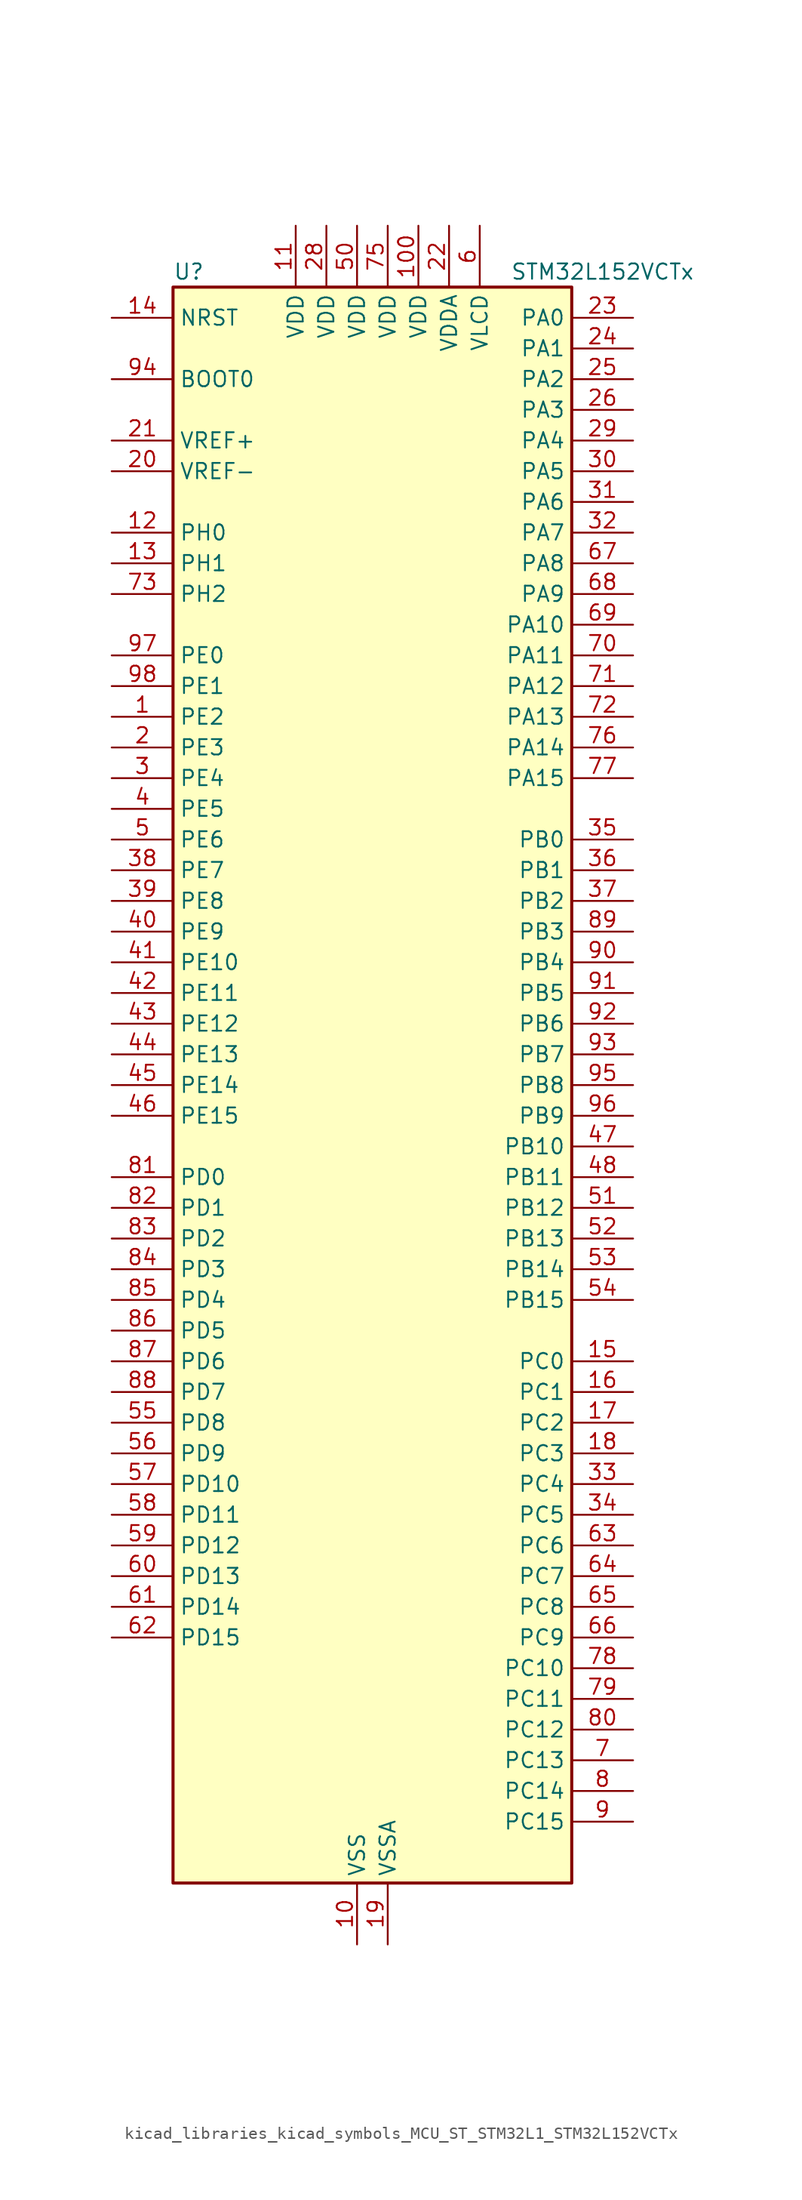
<source format=kicad_sym>
(kicad_symbol_lib
  (version 20220914)
  (generator kicad_symbol_editor)
  (symbol "kicad_libraries_kicad_symbols_MCU_ST_STM32L1_STM32L152VCTx"
    (property "Reference" "U"
      (at -15.24 67.31 0)
      (effects (font (size 1.27 1.27)) (justify left)))
    (property "Value" "STM32L152VCTx"
      (at 12.7 67.31 0)
      (effects (font (size 1.27 1.27)) (justify left)))
    (property "ki_locked" ""
      (at 0 0 0)
      (effects (font (size 1.27 1.27))))
    (symbol "kicad_libraries_kicad_symbols_MCU_ST_STM32L1_STM32L152VCTx_0_1"
      (rectangle (start -15.24 -66.04) (end 17.78 66.04) (stroke (width 0.254) (type default)) (fill (type background))))
    (symbol "kicad_libraries_kicad_symbols_MCU_ST_STM32L1_STM32L152VCTx_1_1"
      (pin bidirectional line (at -20.32 30.48 0) (length 5.08) (name "PE2" (effects (font (size 1.27 1.27)))) (number "1" (effects (font (size 1.27 1.27)))) (alternate "LCD_SEG38" bidirectional line) (alternate "SYS_TRACECK" bidirectional line) (alternate "TIM3_ETR" bidirectional line) (alternate "TIMX_IC3" bidirectional line))
      (pin power_in line (at 0 -71.12 90) (length 5.08) (name "VSS" (effects (font (size 1.27 1.27)))) (number "10" (effects (font (size 1.27 1.27)))))
      (pin power_in line (at 5.08 71.12 270) (length 5.08) (name "VDD" (effects (font (size 1.27 1.27)))) (number "100" (effects (font (size 1.27 1.27)))))
      (pin power_in line (at -5.08 71.12 270) (length 5.08) (name "VDD" (effects (font (size 1.27 1.27)))) (number "11" (effects (font (size 1.27 1.27)))))
      (pin bidirectional line (at -20.32 45.72 0) (length 5.08) (name "PH0" (effects (font (size 1.27 1.27)))) (number "12" (effects (font (size 1.27 1.27)))) (alternate "RCC_OSC_IN" bidirectional line))
      (pin bidirectional line (at -20.32 43.18 0) (length 5.08) (name "PH1" (effects (font (size 1.27 1.27)))) (number "13" (effects (font (size 1.27 1.27)))) (alternate "RCC_OSC_OUT" bidirectional line))
      (pin input line (at -20.32 63.5 0) (length 5.08) (name "NRST" (effects (font (size 1.27 1.27)))) (number "14" (effects (font (size 1.27 1.27)))))
      (pin bidirectional line (at 22.86 -22.86 180) (length 5.08) (name "PC0" (effects (font (size 1.27 1.27)))) (number "15" (effects (font (size 1.27 1.27)))) (alternate "ADC_IN10" bidirectional line) (alternate "COMP1_INP" bidirectional line) (alternate "LCD_SEG18" bidirectional line) (alternate "TIMX_IC1" bidirectional line) (alternate "TS_G8_IO1" bidirectional line))
      (pin bidirectional line (at 22.86 -25.4 180) (length 5.08) (name "PC1" (effects (font (size 1.27 1.27)))) (number "16" (effects (font (size 1.27 1.27)))) (alternate "ADC_IN11" bidirectional line) (alternate "COMP1_INP" bidirectional line) (alternate "LCD_SEG19" bidirectional line) (alternate "TIMX_IC2" bidirectional line) (alternate "TS_G8_IO2" bidirectional line))
      (pin bidirectional line (at 22.86 -27.94 180) (length 5.08) (name "PC2" (effects (font (size 1.27 1.27)))) (number "17" (effects (font (size 1.27 1.27)))) (alternate "ADC_IN12" bidirectional line) (alternate "COMP1_INP" bidirectional line) (alternate "LCD_SEG20" bidirectional line) (alternate "TIMX_IC3" bidirectional line) (alternate "TS_G8_IO3" bidirectional line))
      (pin bidirectional line (at 22.86 -30.48 180) (length 5.08) (name "PC3" (effects (font (size 1.27 1.27)))) (number "18" (effects (font (size 1.27 1.27)))) (alternate "ADC_IN13" bidirectional line) (alternate "COMP1_INP" bidirectional line) (alternate "LCD_SEG21" bidirectional line) (alternate "TIMX_IC4" bidirectional line) (alternate "TS_G8_IO4" bidirectional line))
      (pin power_in line (at 2.54 -71.12 90) (length 5.08) (name "VSSA" (effects (font (size 1.27 1.27)))) (number "19" (effects (font (size 1.27 1.27)))))
      (pin bidirectional line (at -20.32 27.94 0) (length 5.08) (name "PE3" (effects (font (size 1.27 1.27)))) (number "2" (effects (font (size 1.27 1.27)))) (alternate "LCD_SEG39" bidirectional line) (alternate "SYS_TRACED0" bidirectional line) (alternate "TIM3_CH1" bidirectional line) (alternate "TIMX_IC4" bidirectional line))
      (pin input line (at -20.32 50.8 0) (length 5.08) (name "VREF-" (effects (font (size 1.27 1.27)))) (number "20" (effects (font (size 1.27 1.27)))))
      (pin input line (at -20.32 53.34 0) (length 5.08) (name "VREF+" (effects (font (size 1.27 1.27)))) (number "21" (effects (font (size 1.27 1.27)))))
      (pin power_in line (at 7.62 71.12 270) (length 5.08) (name "VDDA" (effects (font (size 1.27 1.27)))) (number "22" (effects (font (size 1.27 1.27)))))
      (pin bidirectional line (at 22.86 63.5 180) (length 5.08) (name "PA0" (effects (font (size 1.27 1.27)))) (number "23" (effects (font (size 1.27 1.27)))) (alternate "ADC_IN0" bidirectional line) (alternate "COMP1_INP" bidirectional line) (alternate "RTC_TAMP2" bidirectional line) (alternate "SYS_WKUP1" bidirectional line) (alternate "TIM2_CH1" bidirectional line) (alternate "TIM2_ETR" bidirectional line) (alternate "TIM5_CH1" bidirectional line) (alternate "TIMX_IC1" bidirectional line) (alternate "TS_G1_IO1" bidirectional line) (alternate "USART2_CTS" bidirectional line))
      (pin bidirectional line (at 22.86 60.96 180) (length 5.08) (name "PA1" (effects (font (size 1.27 1.27)))) (number "24" (effects (font (size 1.27 1.27)))) (alternate "ADC_IN1" bidirectional line) (alternate "COMP1_INP" bidirectional line) (alternate "LCD_SEG0" bidirectional line) (alternate "OPAMP1_VINP" bidirectional line) (alternate "TIM2_CH2" bidirectional line) (alternate "TIM5_CH2" bidirectional line) (alternate "TIMX_IC2" bidirectional line) (alternate "TS_G1_IO2" bidirectional line) (alternate "USART2_RTS" bidirectional line))
      (pin bidirectional line (at 22.86 58.42 180) (length 5.08) (name "PA2" (effects (font (size 1.27 1.27)))) (number "25" (effects (font (size 1.27 1.27)))) (alternate "ADC_IN2" bidirectional line) (alternate "COMP1_INP" bidirectional line) (alternate "LCD_SEG1" bidirectional line) (alternate "OPAMP1_VINM" bidirectional line) (alternate "TIM2_CH3" bidirectional line) (alternate "TIM5_CH3" bidirectional line) (alternate "TIM9_CH1" bidirectional line) (alternate "TIMX_IC3" bidirectional line) (alternate "TS_G1_IO3" bidirectional line) (alternate "USART2_TX" bidirectional line))
      (pin bidirectional line (at 22.86 55.88 180) (length 5.08) (name "PA3" (effects (font (size 1.27 1.27)))) (number "26" (effects (font (size 1.27 1.27)))) (alternate "ADC_IN3" bidirectional line) (alternate "COMP1_INP" bidirectional line) (alternate "LCD_SEG2" bidirectional line) (alternate "OPAMP1_VOUT" bidirectional line) (alternate "TIM2_CH4" bidirectional line) (alternate "TIM5_CH4" bidirectional line) (alternate "TIM9_CH2" bidirectional line) (alternate "TIMX_IC4" bidirectional line) (alternate "TS_G1_IO4" bidirectional line) (alternate "USART2_RX" bidirectional line))
      (pin passive line (at 0 -71.12 90) (length 5.08) hide (name "VSS" (effects (font (size 1.27 1.27)))) (number "27" (effects (font (size 1.27 1.27)))))
      (pin power_in line (at -2.54 71.12 270) (length 5.08) (name "VDD" (effects (font (size 1.27 1.27)))) (number "28" (effects (font (size 1.27 1.27)))))
      (pin bidirectional line (at 22.86 53.34 180) (length 5.08) (name "PA4" (effects (font (size 1.27 1.27)))) (number "29" (effects (font (size 1.27 1.27)))) (alternate "ADC_IN4" bidirectional line) (alternate "COMP1_INP" bidirectional line) (alternate "DAC_OUT1" bidirectional line) (alternate "I2S3_WS" bidirectional line) (alternate "SPI1_NSS" bidirectional line) (alternate "SPI3_NSS" bidirectional line) (alternate "TIMX_IC1" bidirectional line) (alternate "USART2_CK" bidirectional line))
      (pin bidirectional line (at -20.32 25.4 0) (length 5.08) (name "PE4" (effects (font (size 1.27 1.27)))) (number "3" (effects (font (size 1.27 1.27)))) (alternate "SYS_TRACED1" bidirectional line) (alternate "TIM3_CH2" bidirectional line) (alternate "TIMX_IC1" bidirectional line))
      (pin bidirectional line (at 22.86 50.8 180) (length 5.08) (name "PA5" (effects (font (size 1.27 1.27)))) (number "30" (effects (font (size 1.27 1.27)))) (alternate "ADC_IN5" bidirectional line) (alternate "COMP1_INP" bidirectional line) (alternate "DAC_OUT2" bidirectional line) (alternate "SPI1_SCK" bidirectional line) (alternate "TIM2_CH1" bidirectional line) (alternate "TIM2_ETR" bidirectional line) (alternate "TIMX_IC2" bidirectional line))
      (pin bidirectional line (at 22.86 48.26 180) (length 5.08) (name "PA6" (effects (font (size 1.27 1.27)))) (number "31" (effects (font (size 1.27 1.27)))) (alternate "ADC_IN6" bidirectional line) (alternate "COMP1_INP" bidirectional line) (alternate "LCD_SEG3" bidirectional line) (alternate "OPAMP2_VINP" bidirectional line) (alternate "SPI1_MISO" bidirectional line) (alternate "TIM10_CH1" bidirectional line) (alternate "TIM3_CH1" bidirectional line) (alternate "TIMX_IC3" bidirectional line) (alternate "TS_G2_IO1" bidirectional line))
      (pin bidirectional line (at 22.86 45.72 180) (length 5.08) (name "PA7" (effects (font (size 1.27 1.27)))) (number "32" (effects (font (size 1.27 1.27)))) (alternate "ADC_IN7" bidirectional line) (alternate "COMP1_INP" bidirectional line) (alternate "LCD_SEG4" bidirectional line) (alternate "OPAMP2_VINM" bidirectional line) (alternate "SPI1_MOSI" bidirectional line) (alternate "TIM11_CH1" bidirectional line) (alternate "TIM3_CH2" bidirectional line) (alternate "TIMX_IC4" bidirectional line) (alternate "TS_G2_IO2" bidirectional line))
      (pin bidirectional line (at 22.86 -33.02 180) (length 5.08) (name "PC4" (effects (font (size 1.27 1.27)))) (number "33" (effects (font (size 1.27 1.27)))) (alternate "ADC_IN14" bidirectional line) (alternate "COMP1_INP" bidirectional line) (alternate "LCD_SEG22" bidirectional line) (alternate "TIMX_IC1" bidirectional line) (alternate "TS_G9_IO1" bidirectional line))
      (pin bidirectional line (at 22.86 -35.56 180) (length 5.08) (name "PC5" (effects (font (size 1.27 1.27)))) (number "34" (effects (font (size 1.27 1.27)))) (alternate "ADC_IN15" bidirectional line) (alternate "COMP1_INP" bidirectional line) (alternate "LCD_SEG23" bidirectional line) (alternate "TIMX_IC2" bidirectional line) (alternate "TS_G9_IO2" bidirectional line))
      (pin bidirectional line (at 22.86 20.32 180) (length 5.08) (name "PB0" (effects (font (size 1.27 1.27)))) (number "35" (effects (font (size 1.27 1.27)))) (alternate "ADC_IN8" bidirectional line) (alternate "COMP1_INP" bidirectional line) (alternate "LCD_SEG5" bidirectional line) (alternate "OPAMP2_VOUT" bidirectional line) (alternate "SYS_V_REF_OUT" bidirectional line) (alternate "TIM3_CH3" bidirectional line) (alternate "TS_G3_IO1" bidirectional line))
      (pin bidirectional line (at 22.86 17.78 180) (length 5.08) (name "PB1" (effects (font (size 1.27 1.27)))) (number "36" (effects (font (size 1.27 1.27)))) (alternate "ADC_IN9" bidirectional line) (alternate "COMP1_INP" bidirectional line) (alternate "LCD_SEG6" bidirectional line) (alternate "SYS_V_REF_OUT" bidirectional line) (alternate "TIM3_CH4" bidirectional line) (alternate "TS_G3_IO2" bidirectional line))
      (pin bidirectional line (at 22.86 15.24 180) (length 5.08) (name "PB2" (effects (font (size 1.27 1.27)))) (number "37" (effects (font (size 1.27 1.27)))) (alternate "TS_G3_IO3" bidirectional line))
      (pin bidirectional line (at -20.32 17.78 0) (length 5.08) (name "PE7" (effects (font (size 1.27 1.27)))) (number "38" (effects (font (size 1.27 1.27)))) (alternate "ADC_IN22" bidirectional line) (alternate "COMP1_INP" bidirectional line) (alternate "TIMX_IC4" bidirectional line))
      (pin bidirectional line (at -20.32 15.24 0) (length 5.08) (name "PE8" (effects (font (size 1.27 1.27)))) (number "39" (effects (font (size 1.27 1.27)))) (alternate "ADC_IN23" bidirectional line) (alternate "COMP1_INP" bidirectional line) (alternate "TIMX_IC1" bidirectional line))
      (pin bidirectional line (at -20.32 22.86 0) (length 5.08) (name "PE5" (effects (font (size 1.27 1.27)))) (number "4" (effects (font (size 1.27 1.27)))) (alternate "SYS_TRACED2" bidirectional line) (alternate "TIM9_CH1" bidirectional line) (alternate "TIMX_IC2" bidirectional line))
      (pin bidirectional line (at -20.32 12.7 0) (length 5.08) (name "PE9" (effects (font (size 1.27 1.27)))) (number "40" (effects (font (size 1.27 1.27)))) (alternate "ADC_IN24" bidirectional line) (alternate "COMP1_INP" bidirectional line) (alternate "DAC_EXTI9" bidirectional line) (alternate "TIM2_CH1" bidirectional line) (alternate "TIM2_ETR" bidirectional line) (alternate "TIM5_ETR" bidirectional line) (alternate "TIMX_IC2" bidirectional line))
      (pin bidirectional line (at -20.32 10.16 0) (length 5.08) (name "PE10" (effects (font (size 1.27 1.27)))) (number "41" (effects (font (size 1.27 1.27)))) (alternate "ADC_IN25" bidirectional line) (alternate "COMP1_INP" bidirectional line) (alternate "TIM2_CH2" bidirectional line) (alternate "TIMX_IC3" bidirectional line))
      (pin bidirectional line (at -20.32 7.62 0) (length 5.08) (name "PE11" (effects (font (size 1.27 1.27)))) (number "42" (effects (font (size 1.27 1.27)))) (alternate "ADC_EXTI11" bidirectional line) (alternate "TIM2_CH3" bidirectional line) (alternate "TIMX_IC4" bidirectional line))
      (pin bidirectional line (at -20.32 5.08 0) (length 5.08) (name "PE12" (effects (font (size 1.27 1.27)))) (number "43" (effects (font (size 1.27 1.27)))) (alternate "SPI1_NSS" bidirectional line) (alternate "TIM2_CH4" bidirectional line) (alternate "TIMX_IC1" bidirectional line))
      (pin bidirectional line (at -20.32 2.54 0) (length 5.08) (name "PE13" (effects (font (size 1.27 1.27)))) (number "44" (effects (font (size 1.27 1.27)))) (alternate "SPI1_SCK" bidirectional line) (alternate "TIMX_IC2" bidirectional line))
      (pin bidirectional line (at -20.32 0 0) (length 5.08) (name "PE14" (effects (font (size 1.27 1.27)))) (number "45" (effects (font (size 1.27 1.27)))) (alternate "SPI1_MISO" bidirectional line) (alternate "TIMX_IC3" bidirectional line))
      (pin bidirectional line (at -20.32 -2.54 0) (length 5.08) (name "PE15" (effects (font (size 1.27 1.27)))) (number "46" (effects (font (size 1.27 1.27)))) (alternate "ADC_EXTI15" bidirectional line) (alternate "SPI1_MOSI" bidirectional line) (alternate "TIMX_IC4" bidirectional line))
      (pin bidirectional line (at 22.86 -5.08 180) (length 5.08) (name "PB10" (effects (font (size 1.27 1.27)))) (number "47" (effects (font (size 1.27 1.27)))) (alternate "I2C2_SCL" bidirectional line) (alternate "LCD_SEG10" bidirectional line) (alternate "TIM2_CH3" bidirectional line) (alternate "USART3_TX" bidirectional line))
      (pin bidirectional line (at 22.86 -7.62 180) (length 5.08) (name "PB11" (effects (font (size 1.27 1.27)))) (number "48" (effects (font (size 1.27 1.27)))) (alternate "ADC_EXTI11" bidirectional line) (alternate "I2C2_SDA" bidirectional line) (alternate "LCD_SEG11" bidirectional line) (alternate "TIM2_CH4" bidirectional line) (alternate "USART3_RX" bidirectional line))
      (pin passive line (at 0 -71.12 90) (length 5.08) hide (name "VSS" (effects (font (size 1.27 1.27)))) (number "49" (effects (font (size 1.27 1.27)))))
      (pin bidirectional line (at -20.32 20.32 0) (length 5.08) (name "PE6" (effects (font (size 1.27 1.27)))) (number "5" (effects (font (size 1.27 1.27)))) (alternate "RTC_TAMP3" bidirectional line) (alternate "SYS_TRACED3" bidirectional line) (alternate "SYS_WKUP3" bidirectional line) (alternate "TIM9_CH2" bidirectional line) (alternate "TIMX_IC3" bidirectional line))
      (pin power_in line (at 0 71.12 270) (length 5.08) (name "VDD" (effects (font (size 1.27 1.27)))) (number "50" (effects (font (size 1.27 1.27)))))
      (pin bidirectional line (at 22.86 -10.16 180) (length 5.08) (name "PB12" (effects (font (size 1.27 1.27)))) (number "51" (effects (font (size 1.27 1.27)))) (alternate "ADC_IN18" bidirectional line) (alternate "COMP1_INP" bidirectional line) (alternate "I2C2_SMBA" bidirectional line) (alternate "I2S2_WS" bidirectional line) (alternate "LCD_SEG12" bidirectional line) (alternate "SPI2_NSS" bidirectional line) (alternate "TIM10_CH1" bidirectional line) (alternate "TS_G7_IO1" bidirectional line) (alternate "USART3_CK" bidirectional line))
      (pin bidirectional line (at 22.86 -12.7 180) (length 5.08) (name "PB13" (effects (font (size 1.27 1.27)))) (number "52" (effects (font (size 1.27 1.27)))) (alternate "ADC_IN19" bidirectional line) (alternate "COMP1_INP" bidirectional line) (alternate "I2S2_CK" bidirectional line) (alternate "LCD_SEG13" bidirectional line) (alternate "SPI2_SCK" bidirectional line) (alternate "TIM9_CH1" bidirectional line) (alternate "TS_G7_IO2" bidirectional line) (alternate "USART3_CTS" bidirectional line))
      (pin bidirectional line (at 22.86 -15.24 180) (length 5.08) (name "PB14" (effects (font (size 1.27 1.27)))) (number "53" (effects (font (size 1.27 1.27)))) (alternate "ADC_IN20" bidirectional line) (alternate "COMP1_INP" bidirectional line) (alternate "LCD_SEG14" bidirectional line) (alternate "SPI2_MISO" bidirectional line) (alternate "TIM9_CH2" bidirectional line) (alternate "TS_G7_IO3" bidirectional line) (alternate "USART3_RTS" bidirectional line))
      (pin bidirectional line (at 22.86 -17.78 180) (length 5.08) (name "PB15" (effects (font (size 1.27 1.27)))) (number "54" (effects (font (size 1.27 1.27)))) (alternate "ADC_EXTI15" bidirectional line) (alternate "ADC_IN21" bidirectional line) (alternate "COMP1_INP" bidirectional line) (alternate "I2S2_SD" bidirectional line) (alternate "LCD_SEG15" bidirectional line) (alternate "RTC_REFIN" bidirectional line) (alternate "SPI2_MOSI" bidirectional line) (alternate "TIM11_CH1" bidirectional line) (alternate "TS_G7_IO4" bidirectional line))
      (pin bidirectional line (at -20.32 -27.94 0) (length 5.08) (name "PD8" (effects (font (size 1.27 1.27)))) (number "55" (effects (font (size 1.27 1.27)))) (alternate "LCD_SEG28" bidirectional line) (alternate "TIMX_IC1" bidirectional line) (alternate "USART3_TX" bidirectional line))
      (pin bidirectional line (at -20.32 -30.48 0) (length 5.08) (name "PD9" (effects (font (size 1.27 1.27)))) (number "56" (effects (font (size 1.27 1.27)))) (alternate "DAC_EXTI9" bidirectional line) (alternate "LCD_SEG29" bidirectional line) (alternate "TIMX_IC2" bidirectional line) (alternate "USART3_RX" bidirectional line))
      (pin bidirectional line (at -20.32 -33.02 0) (length 5.08) (name "PD10" (effects (font (size 1.27 1.27)))) (number "57" (effects (font (size 1.27 1.27)))) (alternate "LCD_SEG30" bidirectional line) (alternate "TIMX_IC3" bidirectional line) (alternate "USART3_CK" bidirectional line))
      (pin bidirectional line (at -20.32 -35.56 0) (length 5.08) (name "PD11" (effects (font (size 1.27 1.27)))) (number "58" (effects (font (size 1.27 1.27)))) (alternate "ADC_EXTI11" bidirectional line) (alternate "LCD_SEG31" bidirectional line) (alternate "TIMX_IC4" bidirectional line) (alternate "USART3_CTS" bidirectional line))
      (pin bidirectional line (at -20.32 -38.1 0) (length 5.08) (name "PD12" (effects (font (size 1.27 1.27)))) (number "59" (effects (font (size 1.27 1.27)))) (alternate "LCD_SEG32" bidirectional line) (alternate "TIM4_CH1" bidirectional line) (alternate "TIMX_IC1" bidirectional line) (alternate "USART3_RTS" bidirectional line))
      (pin power_in line (at 10.16 71.12 270) (length 5.08) (name "VLCD" (effects (font (size 1.27 1.27)))) (number "6" (effects (font (size 1.27 1.27)))))
      (pin bidirectional line (at -20.32 -40.64 0) (length 5.08) (name "PD13" (effects (font (size 1.27 1.27)))) (number "60" (effects (font (size 1.27 1.27)))) (alternate "LCD_SEG33" bidirectional line) (alternate "TIM4_CH2" bidirectional line) (alternate "TIMX_IC2" bidirectional line))
      (pin bidirectional line (at -20.32 -43.18 0) (length 5.08) (name "PD14" (effects (font (size 1.27 1.27)))) (number "61" (effects (font (size 1.27 1.27)))) (alternate "LCD_SEG34" bidirectional line) (alternate "TIM4_CH3" bidirectional line) (alternate "TIMX_IC3" bidirectional line))
      (pin bidirectional line (at -20.32 -45.72 0) (length 5.08) (name "PD15" (effects (font (size 1.27 1.27)))) (number "62" (effects (font (size 1.27 1.27)))) (alternate "ADC_EXTI15" bidirectional line) (alternate "LCD_SEG35" bidirectional line) (alternate "TIM4_CH4" bidirectional line) (alternate "TIMX_IC4" bidirectional line))
      (pin bidirectional line (at 22.86 -38.1 180) (length 5.08) (name "PC6" (effects (font (size 1.27 1.27)))) (number "63" (effects (font (size 1.27 1.27)))) (alternate "I2S2_MCK" bidirectional line) (alternate "LCD_SEG24" bidirectional line) (alternate "TIM3_CH1" bidirectional line) (alternate "TIMX_IC3" bidirectional line) (alternate "TS_G10_IO1" bidirectional line))
      (pin bidirectional line (at 22.86 -40.64 180) (length 5.08) (name "PC7" (effects (font (size 1.27 1.27)))) (number "64" (effects (font (size 1.27 1.27)))) (alternate "I2S3_MCK" bidirectional line) (alternate "LCD_SEG25" bidirectional line) (alternate "TIM3_CH2" bidirectional line) (alternate "TIMX_IC4" bidirectional line) (alternate "TS_G10_IO2" bidirectional line))
      (pin bidirectional line (at 22.86 -43.18 180) (length 5.08) (name "PC8" (effects (font (size 1.27 1.27)))) (number "65" (effects (font (size 1.27 1.27)))) (alternate "LCD_SEG26" bidirectional line) (alternate "TIM3_CH3" bidirectional line) (alternate "TIMX_IC1" bidirectional line) (alternate "TS_G10_IO3" bidirectional line))
      (pin bidirectional line (at 22.86 -45.72 180) (length 5.08) (name "PC9" (effects (font (size 1.27 1.27)))) (number "66" (effects (font (size 1.27 1.27)))) (alternate "DAC_EXTI9" bidirectional line) (alternate "LCD_SEG27" bidirectional line) (alternate "TIM3_CH4" bidirectional line) (alternate "TIMX_IC2" bidirectional line) (alternate "TS_G10_IO4" bidirectional line))
      (pin bidirectional line (at 22.86 43.18 180) (length 5.08) (name "PA8" (effects (font (size 1.27 1.27)))) (number "67" (effects (font (size 1.27 1.27)))) (alternate "LCD_COM0" bidirectional line) (alternate "RCC_MCO" bidirectional line) (alternate "TIMX_IC1" bidirectional line) (alternate "TS_G4_IO1" bidirectional line) (alternate "USART1_CK" bidirectional line))
      (pin bidirectional line (at 22.86 40.64 180) (length 5.08) (name "PA9" (effects (font (size 1.27 1.27)))) (number "68" (effects (font (size 1.27 1.27)))) (alternate "DAC_EXTI9" bidirectional line) (alternate "LCD_COM1" bidirectional line) (alternate "TIMX_IC2" bidirectional line) (alternate "TS_G4_IO2" bidirectional line) (alternate "USART1_TX" bidirectional line))
      (pin bidirectional line (at 22.86 38.1 180) (length 5.08) (name "PA10" (effects (font (size 1.27 1.27)))) (number "69" (effects (font (size 1.27 1.27)))) (alternate "LCD_COM2" bidirectional line) (alternate "TIMX_IC3" bidirectional line) (alternate "TS_G4_IO3" bidirectional line) (alternate "USART1_RX" bidirectional line))
      (pin bidirectional line (at 22.86 -55.88 180) (length 5.08) (name "PC13" (effects (font (size 1.27 1.27)))) (number "7" (effects (font (size 1.27 1.27)))) (alternate "RTC_OUT_ALARM" bidirectional line) (alternate "RTC_OUT_CALIB" bidirectional line) (alternate "RTC_TAMP1" bidirectional line) (alternate "RTC_TS" bidirectional line) (alternate "SYS_WKUP2" bidirectional line) (alternate "TIMX_IC2" bidirectional line))
      (pin bidirectional line (at 22.86 35.56 180) (length 5.08) (name "PA11" (effects (font (size 1.27 1.27)))) (number "70" (effects (font (size 1.27 1.27)))) (alternate "ADC_EXTI11" bidirectional line) (alternate "SPI1_MISO" bidirectional line) (alternate "TIMX_IC4" bidirectional line) (alternate "USART1_CTS" bidirectional line) (alternate "USB_DM" bidirectional line))
      (pin bidirectional line (at 22.86 33.02 180) (length 5.08) (name "PA12" (effects (font (size 1.27 1.27)))) (number "71" (effects (font (size 1.27 1.27)))) (alternate "SPI1_MOSI" bidirectional line) (alternate "TIMX_IC1" bidirectional line) (alternate "USART1_RTS" bidirectional line) (alternate "USB_DP" bidirectional line))
      (pin bidirectional line (at 22.86 30.48 180) (length 5.08) (name "PA13" (effects (font (size 1.27 1.27)))) (number "72" (effects (font (size 1.27 1.27)))) (alternate "SYS_JTMS-SWDIO" bidirectional line) (alternate "TIMX_IC2" bidirectional line) (alternate "TS_G5_IO1" bidirectional line))
      (pin bidirectional line (at -20.32 40.64 0) (length 5.08) (name "PH2" (effects (font (size 1.27 1.27)))) (number "73" (effects (font (size 1.27 1.27)))))
      (pin passive line (at 0 -71.12 90) (length 5.08) hide (name "VSS" (effects (font (size 1.27 1.27)))) (number "74" (effects (font (size 1.27 1.27)))))
      (pin power_in line (at 2.54 71.12 270) (length 5.08) (name "VDD" (effects (font (size 1.27 1.27)))) (number "75" (effects (font (size 1.27 1.27)))))
      (pin bidirectional line (at 22.86 27.94 180) (length 5.08) (name "PA14" (effects (font (size 1.27 1.27)))) (number "76" (effects (font (size 1.27 1.27)))) (alternate "SYS_JTCK-SWCLK" bidirectional line) (alternate "TIMX_IC3" bidirectional line) (alternate "TS_G5_IO2" bidirectional line))
      (pin bidirectional line (at 22.86 25.4 180) (length 5.08) (name "PA15" (effects (font (size 1.27 1.27)))) (number "77" (effects (font (size 1.27 1.27)))) (alternate "ADC_EXTI15" bidirectional line) (alternate "I2S3_WS" bidirectional line) (alternate "LCD_SEG17" bidirectional line) (alternate "SPI1_NSS" bidirectional line) (alternate "SPI3_NSS" bidirectional line) (alternate "SYS_JTDI" bidirectional line) (alternate "TIM2_CH1" bidirectional line) (alternate "TIM2_ETR" bidirectional line) (alternate "TIMX_IC4" bidirectional line) (alternate "TS_G5_IO3" bidirectional line))
      (pin bidirectional line (at 22.86 -48.26 180) (length 5.08) (name "PC10" (effects (font (size 1.27 1.27)))) (number "78" (effects (font (size 1.27 1.27)))) (alternate "I2S3_CK" bidirectional line) (alternate "LCD_COM4" bidirectional line) (alternate "LCD_SEG28" bidirectional line) (alternate "LCD_SEG40" bidirectional line) (alternate "SPI3_SCK" bidirectional line) (alternate "TIMX_IC3" bidirectional line) (alternate "USART3_TX" bidirectional line))
      (pin bidirectional line (at 22.86 -50.8 180) (length 5.08) (name "PC11" (effects (font (size 1.27 1.27)))) (number "79" (effects (font (size 1.27 1.27)))) (alternate "ADC_EXTI11" bidirectional line) (alternate "LCD_COM5" bidirectional line) (alternate "LCD_SEG29" bidirectional line) (alternate "LCD_SEG41" bidirectional line) (alternate "SPI3_MISO" bidirectional line) (alternate "TIMX_IC4" bidirectional line) (alternate "USART3_RX" bidirectional line))
      (pin bidirectional line (at 22.86 -58.42 180) (length 5.08) (name "PC14" (effects (font (size 1.27 1.27)))) (number "8" (effects (font (size 1.27 1.27)))) (alternate "RCC_OSC32_IN" bidirectional line) (alternate "TIMX_IC3" bidirectional line))
      (pin bidirectional line (at 22.86 -53.34 180) (length 5.08) (name "PC12" (effects (font (size 1.27 1.27)))) (number "80" (effects (font (size 1.27 1.27)))) (alternate "I2S3_SD" bidirectional line) (alternate "LCD_COM6" bidirectional line) (alternate "LCD_SEG30" bidirectional line) (alternate "LCD_SEG42" bidirectional line) (alternate "SPI3_MOSI" bidirectional line) (alternate "TIMX_IC1" bidirectional line) (alternate "USART3_CK" bidirectional line))
      (pin bidirectional line (at -20.32 -7.62 0) (length 5.08) (name "PD0" (effects (font (size 1.27 1.27)))) (number "81" (effects (font (size 1.27 1.27)))) (alternate "I2S2_WS" bidirectional line) (alternate "SPI2_NSS" bidirectional line) (alternate "TIM9_CH1" bidirectional line) (alternate "TIMX_IC1" bidirectional line))
      (pin bidirectional line (at -20.32 -10.16 0) (length 5.08) (name "PD1" (effects (font (size 1.27 1.27)))) (number "82" (effects (font (size 1.27 1.27)))) (alternate "I2S2_CK" bidirectional line) (alternate "SPI2_SCK" bidirectional line) (alternate "TIMX_IC2" bidirectional line))
      (pin bidirectional line (at -20.32 -12.7 0) (length 5.08) (name "PD2" (effects (font (size 1.27 1.27)))) (number "83" (effects (font (size 1.27 1.27)))) (alternate "LCD_COM7" bidirectional line) (alternate "LCD_SEG31" bidirectional line) (alternate "LCD_SEG43" bidirectional line) (alternate "TIM3_ETR" bidirectional line) (alternate "TIMX_IC3" bidirectional line))
      (pin bidirectional line (at -20.32 -15.24 0) (length 5.08) (name "PD3" (effects (font (size 1.27 1.27)))) (number "84" (effects (font (size 1.27 1.27)))) (alternate "SPI2_MISO" bidirectional line) (alternate "TIMX_IC4" bidirectional line) (alternate "USART2_CTS" bidirectional line))
      (pin bidirectional line (at -20.32 -17.78 0) (length 5.08) (name "PD4" (effects (font (size 1.27 1.27)))) (number "85" (effects (font (size 1.27 1.27)))) (alternate "I2S2_SD" bidirectional line) (alternate "SPI2_MOSI" bidirectional line) (alternate "TIMX_IC1" bidirectional line) (alternate "USART2_RTS" bidirectional line))
      (pin bidirectional line (at -20.32 -20.32 0) (length 5.08) (name "PD5" (effects (font (size 1.27 1.27)))) (number "86" (effects (font (size 1.27 1.27)))) (alternate "TIMX_IC2" bidirectional line) (alternate "USART2_TX" bidirectional line))
      (pin bidirectional line (at -20.32 -22.86 0) (length 5.08) (name "PD6" (effects (font (size 1.27 1.27)))) (number "87" (effects (font (size 1.27 1.27)))) (alternate "TIMX_IC3" bidirectional line) (alternate "USART2_RX" bidirectional line))
      (pin bidirectional line (at -20.32 -25.4 0) (length 5.08) (name "PD7" (effects (font (size 1.27 1.27)))) (number "88" (effects (font (size 1.27 1.27)))) (alternate "TIM9_CH2" bidirectional line) (alternate "TIMX_IC4" bidirectional line) (alternate "USART2_CK" bidirectional line))
      (pin bidirectional line (at 22.86 12.7 180) (length 5.08) (name "PB3" (effects (font (size 1.27 1.27)))) (number "89" (effects (font (size 1.27 1.27)))) (alternate "COMP2_INM" bidirectional line) (alternate "I2S3_CK" bidirectional line) (alternate "LCD_SEG7" bidirectional line) (alternate "SPI1_SCK" bidirectional line) (alternate "SPI3_SCK" bidirectional line) (alternate "SYS_JTDO-TRACESWO" bidirectional line) (alternate "TIM2_CH2" bidirectional line))
      (pin bidirectional line (at 22.86 -60.96 180) (length 5.08) (name "PC15" (effects (font (size 1.27 1.27)))) (number "9" (effects (font (size 1.27 1.27)))) (alternate "ADC_EXTI15" bidirectional line) (alternate "RCC_OSC32_OUT" bidirectional line) (alternate "TIMX_IC4" bidirectional line))
      (pin bidirectional line (at 22.86 10.16 180) (length 5.08) (name "PB4" (effects (font (size 1.27 1.27)))) (number "90" (effects (font (size 1.27 1.27)))) (alternate "COMP2_INP" bidirectional line) (alternate "LCD_SEG8" bidirectional line) (alternate "SPI1_MISO" bidirectional line) (alternate "SPI3_MISO" bidirectional line) (alternate "SYS_JTRST" bidirectional line) (alternate "TIM3_CH1" bidirectional line) (alternate "TS_G6_IO1" bidirectional line))
      (pin bidirectional line (at 22.86 7.62 180) (length 5.08) (name "PB5" (effects (font (size 1.27 1.27)))) (number "91" (effects (font (size 1.27 1.27)))) (alternate "COMP2_INP" bidirectional line) (alternate "I2C1_SMBA" bidirectional line) (alternate "I2S3_SD" bidirectional line) (alternate "LCD_SEG9" bidirectional line) (alternate "SPI1_MOSI" bidirectional line) (alternate "SPI3_MOSI" bidirectional line) (alternate "TIM3_CH2" bidirectional line) (alternate "TS_G6_IO2" bidirectional line))
      (pin bidirectional line (at 22.86 5.08 180) (length 5.08) (name "PB6" (effects (font (size 1.27 1.27)))) (number "92" (effects (font (size 1.27 1.27)))) (alternate "COMP2_INP" bidirectional line) (alternate "I2C1_SCL" bidirectional line) (alternate "TIM4_CH1" bidirectional line) (alternate "TS_G6_IO3" bidirectional line) (alternate "USART1_TX" bidirectional line))
      (pin bidirectional line (at 22.86 2.54 180) (length 5.08) (name "PB7" (effects (font (size 1.27 1.27)))) (number "93" (effects (font (size 1.27 1.27)))) (alternate "COMP2_INP" bidirectional line) (alternate "I2C1_SDA" bidirectional line) (alternate "SYS_PVD_IN" bidirectional line) (alternate "TIM4_CH2" bidirectional line) (alternate "TS_G6_IO4" bidirectional line) (alternate "USART1_RX" bidirectional line))
      (pin input line (at -20.32 58.42 0) (length 5.08) (name "BOOT0" (effects (font (size 1.27 1.27)))) (number "94" (effects (font (size 1.27 1.27)))))
      (pin bidirectional line (at 22.86 0 180) (length 5.08) (name "PB8" (effects (font (size 1.27 1.27)))) (number "95" (effects (font (size 1.27 1.27)))) (alternate "I2C1_SCL" bidirectional line) (alternate "LCD_SEG16" bidirectional line) (alternate "TIM10_CH1" bidirectional line) (alternate "TIM4_CH3" bidirectional line))
      (pin bidirectional line (at 22.86 -2.54 180) (length 5.08) (name "PB9" (effects (font (size 1.27 1.27)))) (number "96" (effects (font (size 1.27 1.27)))) (alternate "DAC_EXTI9" bidirectional line) (alternate "I2C1_SDA" bidirectional line) (alternate "LCD_COM3" bidirectional line) (alternate "TIM11_CH1" bidirectional line) (alternate "TIM4_CH4" bidirectional line))
      (pin bidirectional line (at -20.32 35.56 0) (length 5.08) (name "PE0" (effects (font (size 1.27 1.27)))) (number "97" (effects (font (size 1.27 1.27)))) (alternate "LCD_SEG36" bidirectional line) (alternate "TIM10_CH1" bidirectional line) (alternate "TIM4_ETR" bidirectional line) (alternate "TIMX_IC1" bidirectional line))
      (pin bidirectional line (at -20.32 33.02 0) (length 5.08) (name "PE1" (effects (font (size 1.27 1.27)))) (number "98" (effects (font (size 1.27 1.27)))) (alternate "LCD_SEG37" bidirectional line) (alternate "TIM11_CH1" bidirectional line) (alternate "TIMX_IC2" bidirectional line))
      (pin passive line (at 0 -71.12 90) (length 5.08) hide (name "VSS" (effects (font (size 1.27 1.27)))) (number "99" (effects (font (size 1.27 1.27))))))))
</source>
